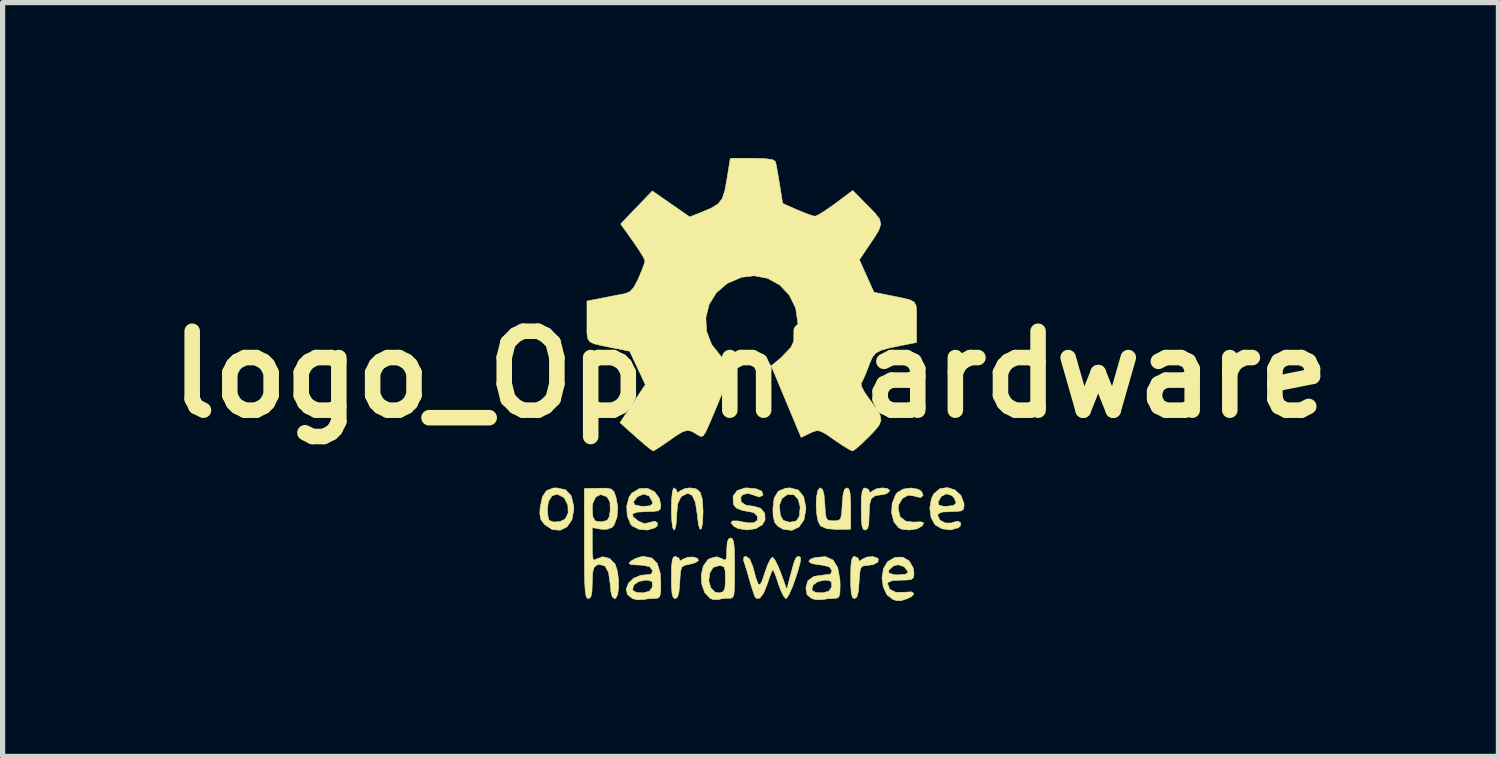
<source format=kicad_pcb>
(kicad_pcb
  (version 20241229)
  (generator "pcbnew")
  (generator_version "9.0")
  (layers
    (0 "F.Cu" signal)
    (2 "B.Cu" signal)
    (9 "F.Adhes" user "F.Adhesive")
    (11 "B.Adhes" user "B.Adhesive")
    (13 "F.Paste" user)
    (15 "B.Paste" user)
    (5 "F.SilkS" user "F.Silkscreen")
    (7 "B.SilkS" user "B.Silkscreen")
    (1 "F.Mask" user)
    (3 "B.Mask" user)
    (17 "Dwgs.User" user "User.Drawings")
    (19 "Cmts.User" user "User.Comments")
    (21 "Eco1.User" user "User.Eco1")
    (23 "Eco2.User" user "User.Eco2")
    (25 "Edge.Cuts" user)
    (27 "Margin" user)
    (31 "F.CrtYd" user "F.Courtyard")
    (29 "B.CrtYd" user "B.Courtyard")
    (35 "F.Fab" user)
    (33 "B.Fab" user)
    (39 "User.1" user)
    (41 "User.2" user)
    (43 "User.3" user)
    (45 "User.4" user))
  (footprint "logo_OpenHardware"
    (layer "F.Cu")
    (at 11.437 4.179)
    (property "Reference" "logo_OpenHardware" (at 0 0 0) (layer "F.SilkS") (effects (font (size 1.524 1.524) (thickness 0.3))))
    (attr through_hole)
    (fp_poly (pts (xy 2.282 2.222) (xy 2.291 2.25) (xy 2.306 2.285) (xy 2.352 2.25) (xy 2.434 2.206) (xy 2.543 2.189) (xy 2.639 2.199) (xy 2.686 2.235) (xy 2.685 2.252) (xy 2.624 2.303) (xy 2.536 2.321) (xy 2.408 2.339) (xy 2.333 2.395) (xy 2.299 2.51) (xy 2.291 2.701) (xy 2.285 2.877) (xy 2.263 2.971) (xy 2.222 3.003) (xy 2.214 3.003) (xy 2.175 2.984) (xy 2.152 2.914) (xy 2.14 2.776) (xy 2.138 2.596) (xy 2.141 2.387) (xy 2.155 2.262) (xy 2.18 2.202) (xy 2.214 2.189) (xy 2.282 2.222)) (stroke (width 0.01) (type solid)) (fill yes) (layer "F.SilkS"))
    (fp_poly (pts (xy -1.383 3.543) (xy -1.374 3.569) (xy -1.352 3.598) (xy -1.301 3.565) (xy -1.212 3.528) (xy -1.107 3.523) (xy -1.024 3.547) (xy -1.003 3.589) (xy -1.056 3.63) (xy -1.169 3.663) (xy -1.181 3.665) (xy -1.273 3.683) (xy -1.324 3.719) (xy -1.349 3.797) (xy -1.361 3.944) (xy -1.364 4.009) (xy -1.38 4.195) (xy -1.407 4.295) (xy -1.451 4.327) (xy -1.453 4.327) (xy -1.491 4.306) (xy -1.514 4.23) (xy -1.525 4.084) (xy -1.527 3.919) (xy -1.523 3.711) (xy -1.51 3.585) (xy -1.485 3.525) (xy -1.451 3.512) (xy -1.383 3.543)) (stroke (width 0.01) (type solid)) (fill yes) (layer "F.SilkS"))
    (fp_poly (pts (xy 2.078 3.545) (xy 2.087 3.573) (xy 2.102 3.609) (xy 2.148 3.573) (xy 2.244 3.525) (xy 2.363 3.515) (xy 2.454 3.545) (xy 2.467 3.56) (xy 2.46 3.622) (xy 2.374 3.669) (xy 2.241 3.688) (xy 2.17 3.696) (xy 2.13 3.733) (xy 2.11 3.822) (xy 2.098 3.988) (xy 2.097 4.009) (xy 2.082 4.195) (xy 2.054 4.295) (xy 2.01 4.327) (xy 2.008 4.327) (xy 1.97 4.306) (xy 1.947 4.23) (xy 1.936 4.084) (xy 1.934 3.919) (xy 1.938 3.711) (xy 1.951 3.585) (xy 1.977 3.525) (xy 2.011 3.512) (xy 2.078 3.545)) (stroke (width 0.01) (type solid)) (fill yes) (layer "F.SilkS"))
    (fp_poly (pts (xy 3.238 2.215) (xy 3.305 2.261) (xy 3.333 2.336) (xy 3.287 2.374) (xy 3.192 2.359) (xy 3.165 2.346) (xy 3.044 2.33) (xy 2.934 2.392) (xy 2.863 2.51) (xy 2.851 2.593) (xy 2.889 2.748) (xy 3 2.834) (xy 3.141 2.849) (xy 3.283 2.844) (xy 3.341 2.858) (xy 3.33 2.9) (xy 3.309 2.927) (xy 3.212 2.98) (xy 3.067 3.002) (xy 2.925 2.988) (xy 2.866 2.963) (xy 2.77 2.847) (xy 2.725 2.678) (xy 2.735 2.492) (xy 2.801 2.325) (xy 2.837 2.278) (xy 2.949 2.212) (xy 3.098 2.191) (xy 3.238 2.215)) (stroke (width 0.01) (type solid)) (fill yes) (layer "F.SilkS"))
    (fp_poly (pts (xy -3.57 2.226) (xy -3.46 2.341) (xy -3.413 2.535) (xy -3.41 2.605) (xy -3.446 2.803) (xy -3.541 2.941) (xy -3.675 3.007) (xy -3.828 2.994) (xy -3.976 2.895) (xy -4.046 2.801) (xy -4.067 2.683) (xy -4.061 2.589) (xy -3.919 2.589) (xy -3.911 2.723) (xy -3.891 2.809) (xy -3.886 2.817) (xy -3.795 2.849) (xy -3.672 2.838) (xy -3.574 2.79) (xy -3.573 2.789) (xy -3.519 2.672) (xy -3.525 2.523) (xy -3.589 2.392) (xy -3.61 2.371) (xy -3.728 2.311) (xy -3.83 2.341) (xy -3.899 2.449) (xy -3.919 2.589) (xy -4.061 2.589) (xy -4.059 2.565) (xy -4.017 2.362) (xy -3.938 2.243) (xy -3.81 2.193) (xy -3.743 2.189) (xy -3.57 2.226)) (stroke (width 0.01) (type solid)) (fill yes) (layer "F.SilkS"))
    (fp_poly (pts (xy 0.924 2.231) (xy 1.026 2.357) (xy 1.068 2.56) (xy 1.069 2.605) (xy 1.033 2.806) (xy 0.937 2.944) (xy 0.798 3.009) (xy 0.634 2.988) (xy 0.531 2.931) (xy 0.468 2.855) (xy 0.438 2.731) (xy 0.433 2.596) (xy 0.439 2.543) (xy 0.56 2.543) (xy 0.577 2.72) (xy 0.634 2.817) (xy 0.745 2.85) (xy 0.768 2.851) (xy 0.884 2.828) (xy 0.941 2.744) (xy 0.946 2.723) (xy 0.959 2.557) (xy 0.922 2.412) (xy 0.845 2.326) (xy 0.837 2.322) (xy 0.709 2.319) (xy 0.607 2.394) (xy 0.56 2.525) (xy 0.56 2.543) (xy 0.439 2.543) (xy 0.457 2.385) (xy 0.537 2.254) (xy 0.678 2.195) (xy 0.765 2.189) (xy 0.924 2.231)) (stroke (width 0.01) (type solid)) (fill yes) (layer "F.SilkS"))
    (fp_poly (pts (xy 1.899 2.21) (xy 1.922 2.286) (xy 1.932 2.434) (xy 1.934 2.587) (xy 1.934 2.986) (xy 1.68 2.992) (xy 1.474 2.977) (xy 1.352 2.923) (xy 1.35 2.92) (xy 1.305 2.831) (xy 1.278 2.689) (xy 1.268 2.524) (xy 1.275 2.365) (xy 1.299 2.244) (xy 1.341 2.189) (xy 1.346 2.189) (xy 1.391 2.218) (xy 1.419 2.315) (xy 1.435 2.498) (xy 1.436 2.507) (xy 1.446 2.68) (xy 1.464 2.775) (xy 1.502 2.816) (xy 1.573 2.825) (xy 1.603 2.825) (xy 1.687 2.821) (xy 1.734 2.792) (xy 1.757 2.717) (xy 1.768 2.57) (xy 1.771 2.507) (xy 1.787 2.321) (xy 1.814 2.22) (xy 1.858 2.189) (xy 1.86 2.189) (xy 1.899 2.21)) (stroke (width 0.01) (type solid)) (fill yes) (layer "F.SilkS"))
    (fp_poly (pts (xy -1.048 2.207) (xy -0.971 2.273) (xy -0.93 2.404) (xy -0.916 2.616) (xy -0.916 2.657) (xy -0.924 2.862) (xy -0.945 2.973) (xy -0.973 2.989) (xy -1.002 2.908) (xy -1.025 2.729) (xy -1.028 2.694) (xy -1.063 2.468) (xy -1.125 2.334) (xy -1.213 2.293) (xy -1.322 2.349) (xy -1.345 2.371) (xy -1.404 2.495) (xy -1.425 2.712) (xy -1.425 2.727) (xy -1.434 2.879) (xy -1.456 2.979) (xy -1.476 3.003) (xy -1.501 2.956) (xy -1.519 2.826) (xy -1.527 2.632) (xy -1.527 2.596) (xy -1.521 2.394) (xy -1.505 2.253) (xy -1.481 2.19) (xy -1.476 2.189) (xy -1.428 2.229) (xy -1.425 2.25) (xy -1.41 2.285) (xy -1.364 2.25) (xy -1.269 2.203) (xy -1.171 2.189) (xy -1.048 2.207)) (stroke (width 0.01) (type solid)) (fill yes) (layer "F.SilkS"))
    (fp_poly (pts (xy 0.111 2.207) (xy 0.217 2.252) (xy 0.241 2.317) (xy 0.232 2.336) (xy 0.168 2.366) (xy 0.102 2.342) (xy -0.046 2.294) (xy -0.152 2.322) (xy -0.187 2.372) (xy -0.179 2.463) (xy -0.086 2.524) (xy 0.065 2.544) (xy 0.2 2.585) (xy 0.277 2.683) (xy 0.282 2.809) (xy 0.229 2.901) (xy 0.101 2.977) (xy -0.07 3.001) (xy -0.24 2.973) (xy -0.321 2.93) (xy -0.377 2.864) (xy -0.347 2.827) (xy -0.243 2.827) (xy -0.173 2.842) (xy -0.034 2.865) (xy 0.067 2.862) (xy 0.135 2.812) (xy 0.134 2.736) (xy 0.071 2.672) (xy 0.025 2.658) (xy -0.159 2.624) (xy -0.265 2.583) (xy -0.319 2.525) (xy -0.33 2.496) (xy -0.336 2.347) (xy -0.256 2.241) (xy -0.105 2.191) (xy -0.062 2.19) (xy 0.111 2.207)) (stroke (width 0.01) (type solid)) (fill yes) (layer "F.SilkS"))
    (fp_poly (pts (xy 3.065 3.6) (xy 3.143 3.737) (xy 3.156 3.834) (xy 3.149 3.915) (xy 3.11 3.955) (xy 3.013 3.969) (xy 2.901 3.97) (xy 2.736 3.98) (xy 2.658 4.012) (xy 2.647 4.04) (xy 2.69 4.147) (xy 2.807 4.205) (xy 2.976 4.203) (xy 2.977 4.203) (xy 3.109 4.196) (xy 3.156 4.229) (xy 3.114 4.284) (xy 3.025 4.328) (xy 2.91 4.366) (xy 2.828 4.367) (xy 2.749 4.342) (xy 2.634 4.252) (xy 2.563 4.101) (xy 2.539 3.922) (xy 2.563 3.776) (xy 2.669 3.776) (xy 2.672 3.834) (xy 2.77 3.865) (xy 2.851 3.869) (xy 2.996 3.856) (xy 3.044 3.818) (xy 3.043 3.809) (xy 2.967 3.711) (xy 2.852 3.672) (xy 2.764 3.694) (xy 2.669 3.776) (xy 2.563 3.776) (xy 2.567 3.746) (xy 2.647 3.614) (xy 2.791 3.528) (xy 2.939 3.527) (xy 3.065 3.6)) (stroke (width 0.01) (type solid)) (fill yes) (layer "F.SilkS"))
    (fp_poly (pts (xy -1.849 2.266) (xy -1.756 2.396) (xy -1.731 2.531) (xy -1.74 2.598) (xy -1.783 2.632) (xy -1.886 2.645) (xy -2.011 2.647) (xy -2.193 2.658) (xy -2.276 2.691) (xy -2.264 2.749) (xy -2.167 2.827) (xy -2.049 2.88) (xy -1.943 2.855) (xy -1.941 2.854) (xy -1.848 2.833) (xy -1.793 2.865) (xy -1.801 2.924) (xy -1.839 2.957) (xy -1.986 3.003) (xy -2.149 2.99) (xy -2.282 2.924) (xy -2.313 2.89) (xy -2.379 2.727) (xy -2.389 2.538) (xy -2.367 2.456) (xy -2.258 2.456) (xy -2.235 2.516) (xy -2.117 2.543) (xy -2.055 2.545) (xy -1.933 2.534) (xy -1.891 2.494) (xy -1.892 2.461) (xy -1.955 2.346) (xy -2.061 2.308) (xy -2.18 2.359) (xy -2.185 2.363) (xy -2.258 2.456) (xy -2.367 2.456) (xy -2.343 2.367) (xy -2.291 2.291) (xy -2.143 2.202) (xy -1.987 2.197) (xy -1.849 2.266)) (stroke (width 0.01) (type solid)) (fill yes) (layer "F.SilkS"))
    (fp_poly (pts (xy 3.947 2.229) (xy 4.061 2.333) (xy 4.12 2.483) (xy 4.123 2.531) (xy 4.113 2.6) (xy 4.066 2.634) (xy 3.955 2.646) (xy 3.869 2.647) (xy 3.707 2.655) (xy 3.629 2.685) (xy 3.614 2.721) (xy 3.657 2.812) (xy 3.76 2.867) (xy 3.88 2.867) (xy 3.916 2.852) (xy 4.008 2.833) (xy 4.061 2.867) (xy 4.05 2.927) (xy 4.015 2.957) (xy 3.864 3.001) (xy 3.693 2.978) (xy 3.563 2.901) (xy 3.486 2.761) (xy 3.462 2.577) (xy 3.482 2.461) (xy 3.623 2.461) (xy 3.635 2.519) (xy 3.715 2.543) (xy 3.788 2.545) (xy 3.926 2.527) (xy 3.97 2.475) (xy 3.934 2.387) (xy 3.89 2.338) (xy 3.785 2.305) (xy 3.684 2.351) (xy 3.624 2.459) (xy 3.623 2.461) (xy 3.482 2.461) (xy 3.494 2.394) (xy 3.541 2.302) (xy 3.66 2.203) (xy 3.805 2.183) (xy 3.947 2.229)) (stroke (width 0.01) (type solid)) (fill yes) (layer "F.SilkS"))
    (fp_poly (pts (xy 1.593 3.581) (xy 1.685 3.73) (xy 1.727 3.966) (xy 1.731 4.075) (xy 1.726 4.225) (xy 1.704 4.298) (xy 1.653 4.321) (xy 1.616 4.322) (xy 1.473 4.331) (xy 1.4 4.346) (xy 1.272 4.349) (xy 1.183 4.326) (xy 1.093 4.252) (xy 1.073 4.146) (xy 1.185 4.146) (xy 1.197 4.175) (xy 1.267 4.209) (xy 1.388 4.215) (xy 1.392 4.215) (xy 1.514 4.183) (xy 1.565 4.107) (xy 1.569 4.085) (xy 1.564 4.003) (xy 1.5 3.973) (xy 1.435 3.97) (xy 1.302 3.997) (xy 1.21 4.063) (xy 1.185 4.146) (xy 1.073 4.146) (xy 1.069 4.126) (xy 1.107 3.982) (xy 1.225 3.897) (xy 1.425 3.869) (xy 1.426 3.869) (xy 1.537 3.856) (xy 1.571 3.808) (xy 1.569 3.779) (xy 1.523 3.715) (xy 1.404 3.682) (xy 1.336 3.675) (xy 1.188 3.651) (xy 1.126 3.612) (xy 1.154 3.567) (xy 1.247 3.533) (xy 1.447 3.516) (xy 1.593 3.581)) (stroke (width 0.01) (type solid)) (fill yes) (layer "F.SilkS"))
    (fp_poly (pts (xy -0.348 3.172) (xy -0.326 3.229) (xy -0.313 3.344) (xy -0.307 3.533) (xy -0.305 3.741) (xy -0.306 3.992) (xy -0.311 4.158) (xy -0.322 4.256) (xy -0.345 4.305) (xy -0.381 4.32) (xy -0.42 4.319) (xy -0.547 4.327) (xy -0.611 4.344) (xy -0.715 4.346) (xy -0.779 4.321) (xy -0.884 4.209) (xy -0.941 4.047) (xy -0.944 3.983) (xy -0.805 3.983) (xy -0.767 4.118) (xy -0.683 4.202) (xy -0.598 4.216) (xy -0.529 4.194) (xy -0.495 4.136) (xy -0.484 4.014) (xy -0.484 3.945) (xy -0.488 3.794) (xy -0.509 3.718) (xy -0.56 3.693) (xy -0.61 3.69) (xy -0.721 3.724) (xy -0.784 3.828) (xy -0.805 3.983) (xy -0.944 3.983) (xy -0.95 3.865) (xy -0.91 3.697) (xy -0.822 3.576) (xy -0.78 3.55) (xy -0.653 3.519) (xy -0.556 3.554) (xy -0.496 3.583) (xy -0.467 3.558) (xy -0.459 3.46) (xy -0.458 3.385) (xy -0.448 3.234) (xy -0.414 3.165) (xy -0.382 3.156) (xy -0.348 3.172)) (stroke (width 0.01) (type solid)) (fill yes) (layer "F.SilkS"))
    (fp_poly (pts (xy -1.901 3.545) (xy -1.798 3.649) (xy -1.743 3.831) (xy -1.731 4.032) (xy -1.734 4.197) (xy -1.75 4.285) (xy -1.789 4.318) (xy -1.845 4.322) (xy -1.988 4.331) (xy -2.062 4.346) (xy -2.19 4.349) (xy -2.278 4.326) (xy -2.376 4.247) (xy -2.397 4.146) (xy -2.276 4.146) (xy -2.265 4.175) (xy -2.195 4.209) (xy -2.073 4.215) (xy -2.069 4.215) (xy -1.948 4.183) (xy -1.897 4.107) (xy -1.893 4.085) (xy -1.897 4.003) (xy -1.962 3.973) (xy -2.026 3.97) (xy -2.159 3.997) (xy -2.251 4.063) (xy -2.276 4.146) (xy -2.397 4.146) (xy -2.398 4.14) (xy -2.354 4.027) (xy -2.255 3.932) (xy -2.114 3.875) (xy -2.041 3.869) (xy -1.927 3.857) (xy -1.891 3.812) (xy -1.893 3.779) (xy -1.947 3.71) (xy -2.083 3.682) (xy -2.088 3.682) (xy -2.22 3.675) (xy -2.305 3.67) (xy -2.31 3.669) (xy -2.345 3.646) (xy -2.31 3.604) (xy -2.23 3.557) (xy -2.13 3.522) (xy -2.058 3.512) (xy -1.901 3.545)) (stroke (width 0.01) (type solid)) (fill yes) (layer "F.SilkS"))
    (fp_poly (pts (xy 0.968 3.537) (xy 0.962 3.619) (xy 0.922 3.773) (xy 0.875 3.919) (xy 0.808 4.105) (xy 0.745 4.246) (xy 0.697 4.321) (xy 0.686 4.327) (xy 0.641 4.282) (xy 0.585 4.167) (xy 0.541 4.047) (xy 0.491 3.896) (xy 0.45 3.795) (xy 0.433 3.767) (xy 0.408 3.811) (xy 0.364 3.925) (xy 0.324 4.047) (xy 0.253 4.223) (xy 0.181 4.317) (xy 0.115 4.322) (xy 0.086 4.288) (xy 0.061 4.222) (xy 0.018 4.09) (xy -0.02 3.96) (xy -0.07 3.788) (xy -0.113 3.65) (xy -0.134 3.59) (xy -0.127 3.524) (xy -0.084 3.512) (xy -0.015 3.562) (xy 0.044 3.703) (xy 0.051 3.729) (xy 0.106 3.934) (xy 0.148 4.043) (xy 0.184 4.059) (xy 0.225 3.986) (xy 0.277 3.828) (xy 0.278 3.823) (xy 0.335 3.665) (xy 0.389 3.559) (xy 0.428 3.527) (xy 0.473 3.581) (xy 0.535 3.704) (xy 0.592 3.847) (xy 0.701 4.148) (xy 0.761 3.919) (xy 0.814 3.72) (xy 0.851 3.599) (xy 0.88 3.537) (xy 0.911 3.515) (xy 0.941 3.512) (xy 0.968 3.537)) (stroke (width 0.01) (type solid)) (fill yes) (layer "F.SilkS"))
    (fp_poly (pts (xy -2.682 2.214) (xy -2.633 2.267) (xy -2.595 2.371) (xy -2.561 2.563) (xy -2.576 2.754) (xy -2.633 2.906) (xy -2.674 2.954) (xy -2.784 2.992) (xy -2.902 2.985) (xy -3.054 2.955) (xy -3.054 3.291) (xy -3.051 3.468) (xy -3.039 3.561) (xy -3.014 3.585) (xy -2.981 3.565) (xy -2.855 3.518) (xy -2.72 3.551) (xy -2.617 3.654) (xy -2.611 3.665) (xy -2.569 3.794) (xy -2.548 3.954) (xy -2.546 4.115) (xy -2.564 4.248) (xy -2.601 4.321) (xy -2.619 4.327) (xy -2.666 4.295) (xy -2.695 4.189) (xy -2.708 4.039) (xy -2.74 3.821) (xy -2.809 3.697) (xy -2.916 3.666) (xy -2.971 3.681) (xy -3.02 3.725) (xy -3.046 3.824) (xy -3.054 4.001) (xy -3.054 4.02) (xy -3.06 4.198) (xy -3.081 4.293) (xy -3.121 4.326) (xy -3.13 4.327) (xy -3.156 4.314) (xy -3.176 4.27) (xy -3.19 4.18) (xy -3.199 4.034) (xy -3.204 3.818) (xy -3.206 3.521) (xy -3.207 3.264) (xy -3.207 2.589) (xy -3.054 2.589) (xy -3.043 2.747) (xy -2.999 2.826) (xy -2.905 2.844) (xy -2.852 2.84) (xy -2.766 2.815) (xy -2.724 2.746) (xy -2.707 2.623) (xy -2.712 2.462) (xy -2.766 2.368) (xy -2.777 2.358) (xy -2.894 2.318) (xy -2.988 2.366) (xy -3.045 2.49) (xy -3.054 2.589) (xy -3.207 2.589) (xy -3.207 2.202) (xy -2.931 2.196) (xy -2.771 2.195) (xy -2.682 2.214)) (stroke (width 0.01) (type solid)) (fill yes) (layer "F.SilkS"))
    (fp_poly (pts (xy 0.275 -4.168) (xy 0.421 -4.148) (xy 0.481 -4.113) (xy 0.482 -4.11) (xy 0.5 -4.031) (xy 0.527 -3.882) (xy 0.559 -3.694) (xy 0.562 -3.675) (xy 0.621 -3.303) (xy 0.902 -3.178) (xy 1.063 -3.112) (xy 1.19 -3.067) (xy 1.246 -3.054) (xy 1.314 -3.083) (xy 1.438 -3.16) (xy 1.596 -3.269) (xy 1.642 -3.303) (xy 1.974 -3.552) (xy 2.267 -3.256) (xy 2.41 -3.108) (xy 2.493 -2.999) (xy 2.516 -2.902) (xy 2.48 -2.79) (xy 2.387 -2.636) (xy 2.299 -2.506) (xy 2.102 -2.214) (xy 2.243 -1.901) (xy 2.384 -1.587) (xy 2.681 -1.527) (xy 2.914 -1.481) (xy 3.067 -1.445) (xy 3.155 -1.402) (xy 3.196 -1.335) (xy 3.208 -1.228) (xy 3.207 -1.064) (xy 3.207 -1.016) (xy 3.207 -0.618) (xy 2.914 -0.56) (xy 2.679 -0.512) (xy 2.523 -0.468) (xy 2.423 -0.415) (xy 2.358 -0.339) (xy 2.306 -0.226) (xy 2.278 -0.151) (xy 2.216 0.008) (xy 2.162 0.127) (xy 2.136 0.171) (xy 2.143 0.231) (xy 2.202 0.343) (xy 2.277 0.451) (xy 2.42 0.643) (xy 2.501 0.78) (xy 2.52 0.887) (xy 2.478 0.988) (xy 2.375 1.11) (xy 2.289 1.198) (xy 2.152 1.331) (xy 2.041 1.429) (xy 1.975 1.475) (xy 1.97 1.476) (xy 1.909 1.449) (xy 1.79 1.377) (xy 1.638 1.275) (xy 1.622 1.264) (xy 1.465 1.155) (xy 1.363 1.098) (xy 1.288 1.083) (xy 1.212 1.104) (xy 1.149 1.133) (xy 0.978 1.215) (xy 0.689 0.524) (xy 0.401 -0.167) (xy 0.583 -0.317) (xy 0.78 -0.522) (xy 0.887 -0.747) (xy 0.916 -0.992) (xy 0.872 -1.283) (xy 0.75 -1.532) (xy 0.565 -1.727) (xy 0.333 -1.856) (xy 0.068 -1.906) (xy -0.173 -1.877) (xy -0.449 -1.758) (xy -0.659 -1.577) (xy -0.798 -1.351) (xy -0.861 -1.097) (xy -0.847 -0.834) (xy -0.75 -0.579) (xy -0.567 -0.348) (xy -0.517 -0.305) (xy -0.335 -0.155) (xy -0.506 0.266) (xy -0.602 0.499) (xy -0.7 0.735) (xy -0.783 0.929) (xy -0.796 0.96) (xy -0.865 1.112) (xy -0.913 1.185) (xy -0.96 1.197) (xy -1.026 1.162) (xy -1.042 1.151) (xy -1.138 1.095) (xy -1.22 1.079) (xy -1.314 1.108) (xy -1.445 1.188) (xy -1.565 1.273) (xy -1.711 1.374) (xy -1.824 1.447) (xy -1.879 1.476) (xy -1.879 1.476) (xy -1.928 1.444) (xy -2.033 1.36) (xy -2.172 1.24) (xy -2.214 1.203) (xy -2.519 0.93) (xy -2.274 0.563) (xy -2.03 0.196) (xy -2.181 -0.127) (xy -2.332 -0.449) (xy -2.629 -0.509) (xy -2.863 -0.555) (xy -3.015 -0.591) (xy -3.104 -0.634) (xy -3.145 -0.701) (xy -3.157 -0.808) (xy -3.156 -0.972) (xy -3.156 -1.02) (xy -3.156 -1.418) (xy -2.863 -1.475) (xy -2.674 -1.512) (xy -2.503 -1.545) (xy -2.425 -1.56) (xy -2.33 -1.597) (xy -2.253 -1.68) (xy -2.172 -1.833) (xy -2.158 -1.865) (xy -2.092 -2.022) (xy -2.048 -2.144) (xy -2.036 -2.194) (xy -2.064 -2.258) (xy -2.138 -2.38) (xy -2.243 -2.537) (xy -2.271 -2.576) (xy -2.506 -2.906) (xy -1.895 -3.543) (xy -1.173 -3.042) (xy -0.955 -3.128) (xy -0.754 -3.213) (xy -0.625 -3.293) (xy -0.546 -3.394) (xy -0.496 -3.543) (xy -0.456 -3.764) (xy -0.389 -4.174) (xy 0.036 -4.174) (xy 0.275 -4.168)) (stroke (width 0.01) (type solid)) (fill yes) (layer "F.SilkS")))
  (gr_rect
    (start -3 -3)
    (end 25.875 11.551)
    (stroke (width 0.1) (type default))
    (fill no)
    (layer "Edge.Cuts")))
</source>
